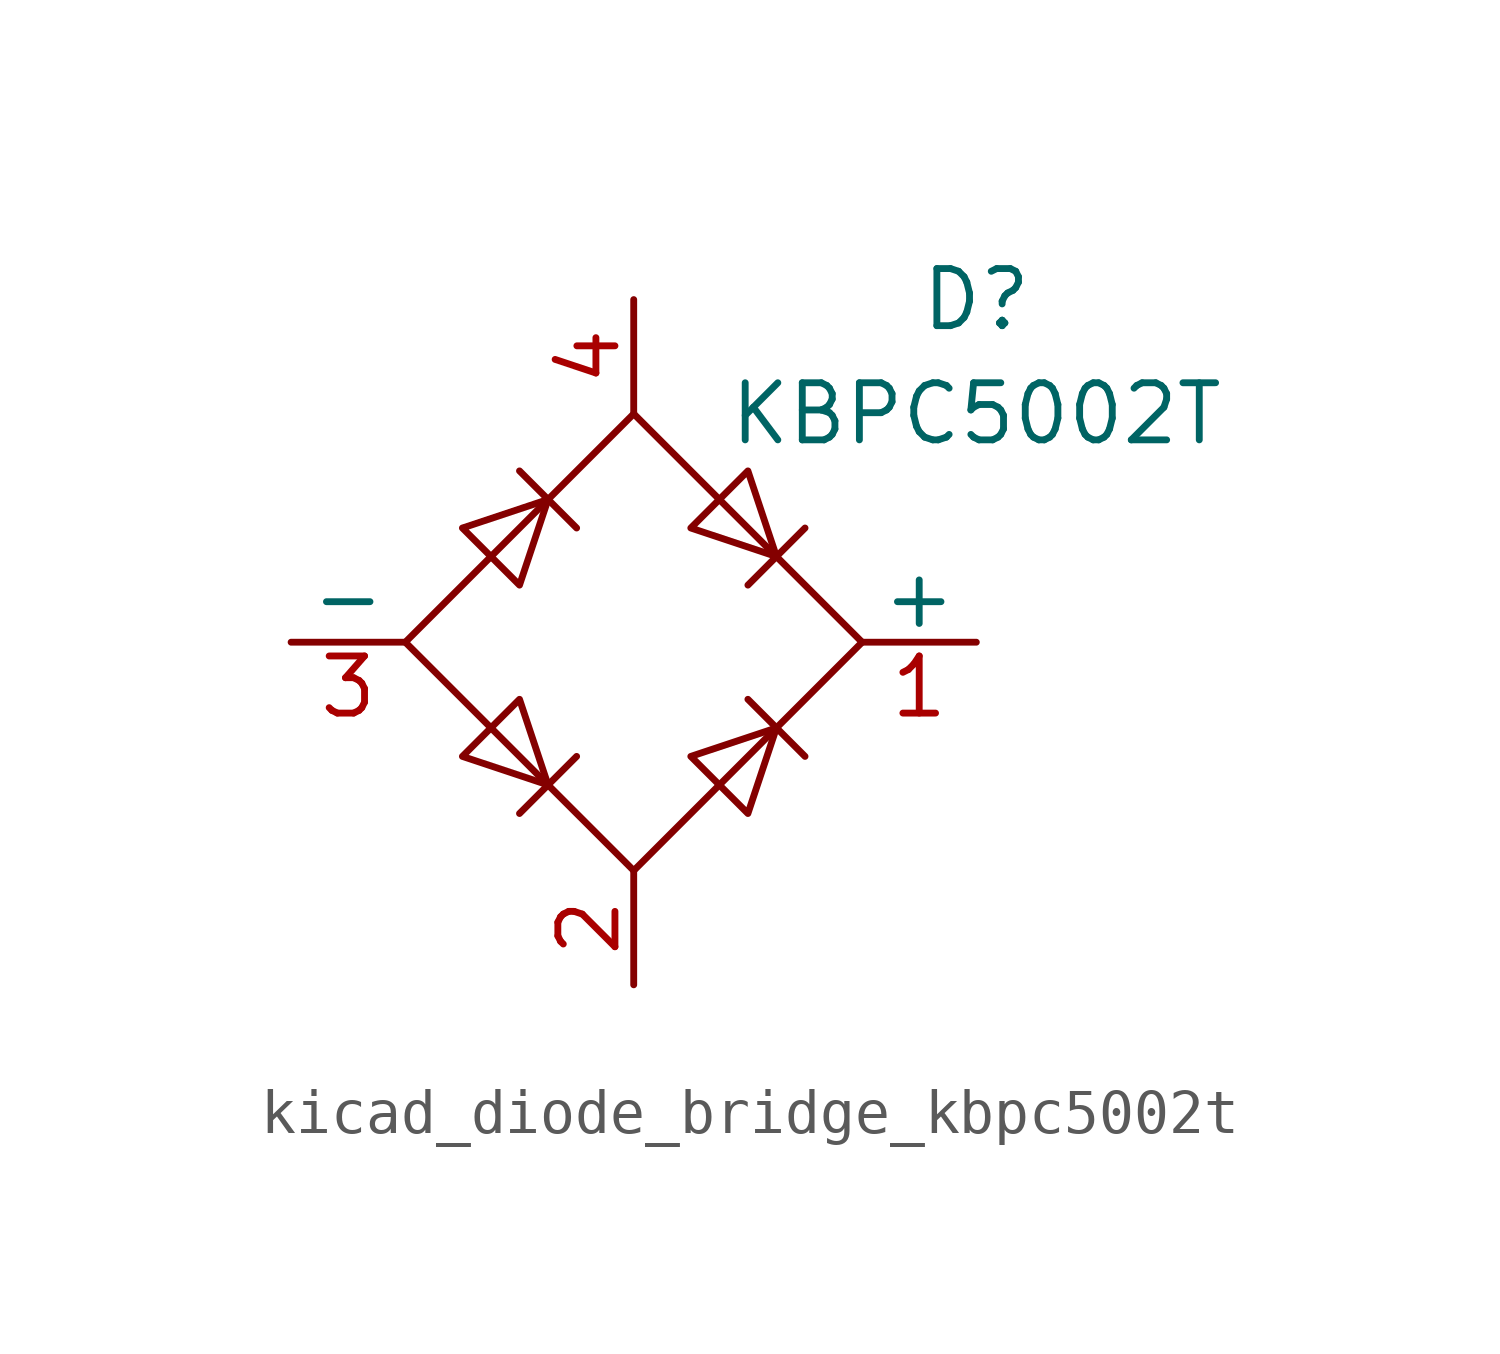
<source format=kicad_sym>
(kicad_symbol_lib
  (version 20220914)
  (generator kicad_symbol_editor)
  (symbol "kicad_diode_bridge_kbpc5002t"
    (pin_names
      (offset 0))
    (property "Reference" "D"
      (at 7.62 7.62 0)
      (effects (font (size 1.27 1.27))))
    (property "Value" "KBPC5002T"
      (at 7.62 5.08 0)
      (effects (font (size 1.27 1.27))))
    (symbol "kicad_diode_bridge_kbpc5002t_0_1"
      (polyline (pts (xy -2.54 3.81) (xy -1.27 2.54)) (stroke (width 0) (type default)) (fill (type none)))
      (polyline (pts (xy -1.27 -2.54) (xy -2.54 -3.81)) (stroke (width 0) (type default)) (fill (type none)))
      (polyline (pts (xy 2.54 -1.27) (xy 3.81 -2.54)) (stroke (width 0) (type default)) (fill (type none)))
      (polyline (pts (xy 2.54 1.27) (xy 3.81 2.54)) (stroke (width 0) (type default)) (fill (type none)))
      (polyline (pts (xy -3.81 2.54) (xy -2.54 1.27) (xy -1.905 3.175) (xy -3.81 2.54)) (stroke (width 0) (type default)) (fill (type none)))
      (polyline (pts (xy -2.54 -1.27) (xy -3.81 -2.54) (xy -1.905 -3.175) (xy -2.54 -1.27)) (stroke (width 0) (type default)) (fill (type none)))
      (polyline (pts (xy 1.27 2.54) (xy 2.54 3.81) (xy 3.175 1.905) (xy 1.27 2.54)) (stroke (width 0) (type default)) (fill (type none)))
      (polyline (pts (xy 3.175 -1.905) (xy 1.27 -2.54) (xy 2.54 -3.81) (xy 3.175 -1.905)) (stroke (width 0) (type default)) (fill (type none)))
      (polyline (pts (xy -5.08 0) (xy 0 -5.08) (xy 5.08 0) (xy 0 5.08) (xy -5.08 0)) (stroke (width 0) (type default)) (fill (type none))))
    (symbol "kicad_diode_bridge_kbpc5002t_1_1"
      (pin passive line (at 7.62 0 180) (length 2.54) (name "+" (effects (font (size 1.27 1.27)))) (number "1" (effects (font (size 1.27 1.27)))))
      (pin passive line (at 0 -7.62 90) (length 2.54) (name "~" (effects (font (size 1.27 1.27)))) (number "2" (effects (font (size 1.27 1.27)))))
      (pin passive line (at -7.62 0 0) (length 2.54) (name "-" (effects (font (size 1.27 1.27)))) (number "3" (effects (font (size 1.27 1.27)))))
      (pin passive line (at 0 7.62 270) (length 2.54) (name "~" (effects (font (size 1.27 1.27)))) (number "4" (effects (font (size 1.27 1.27))))))))
</source>
